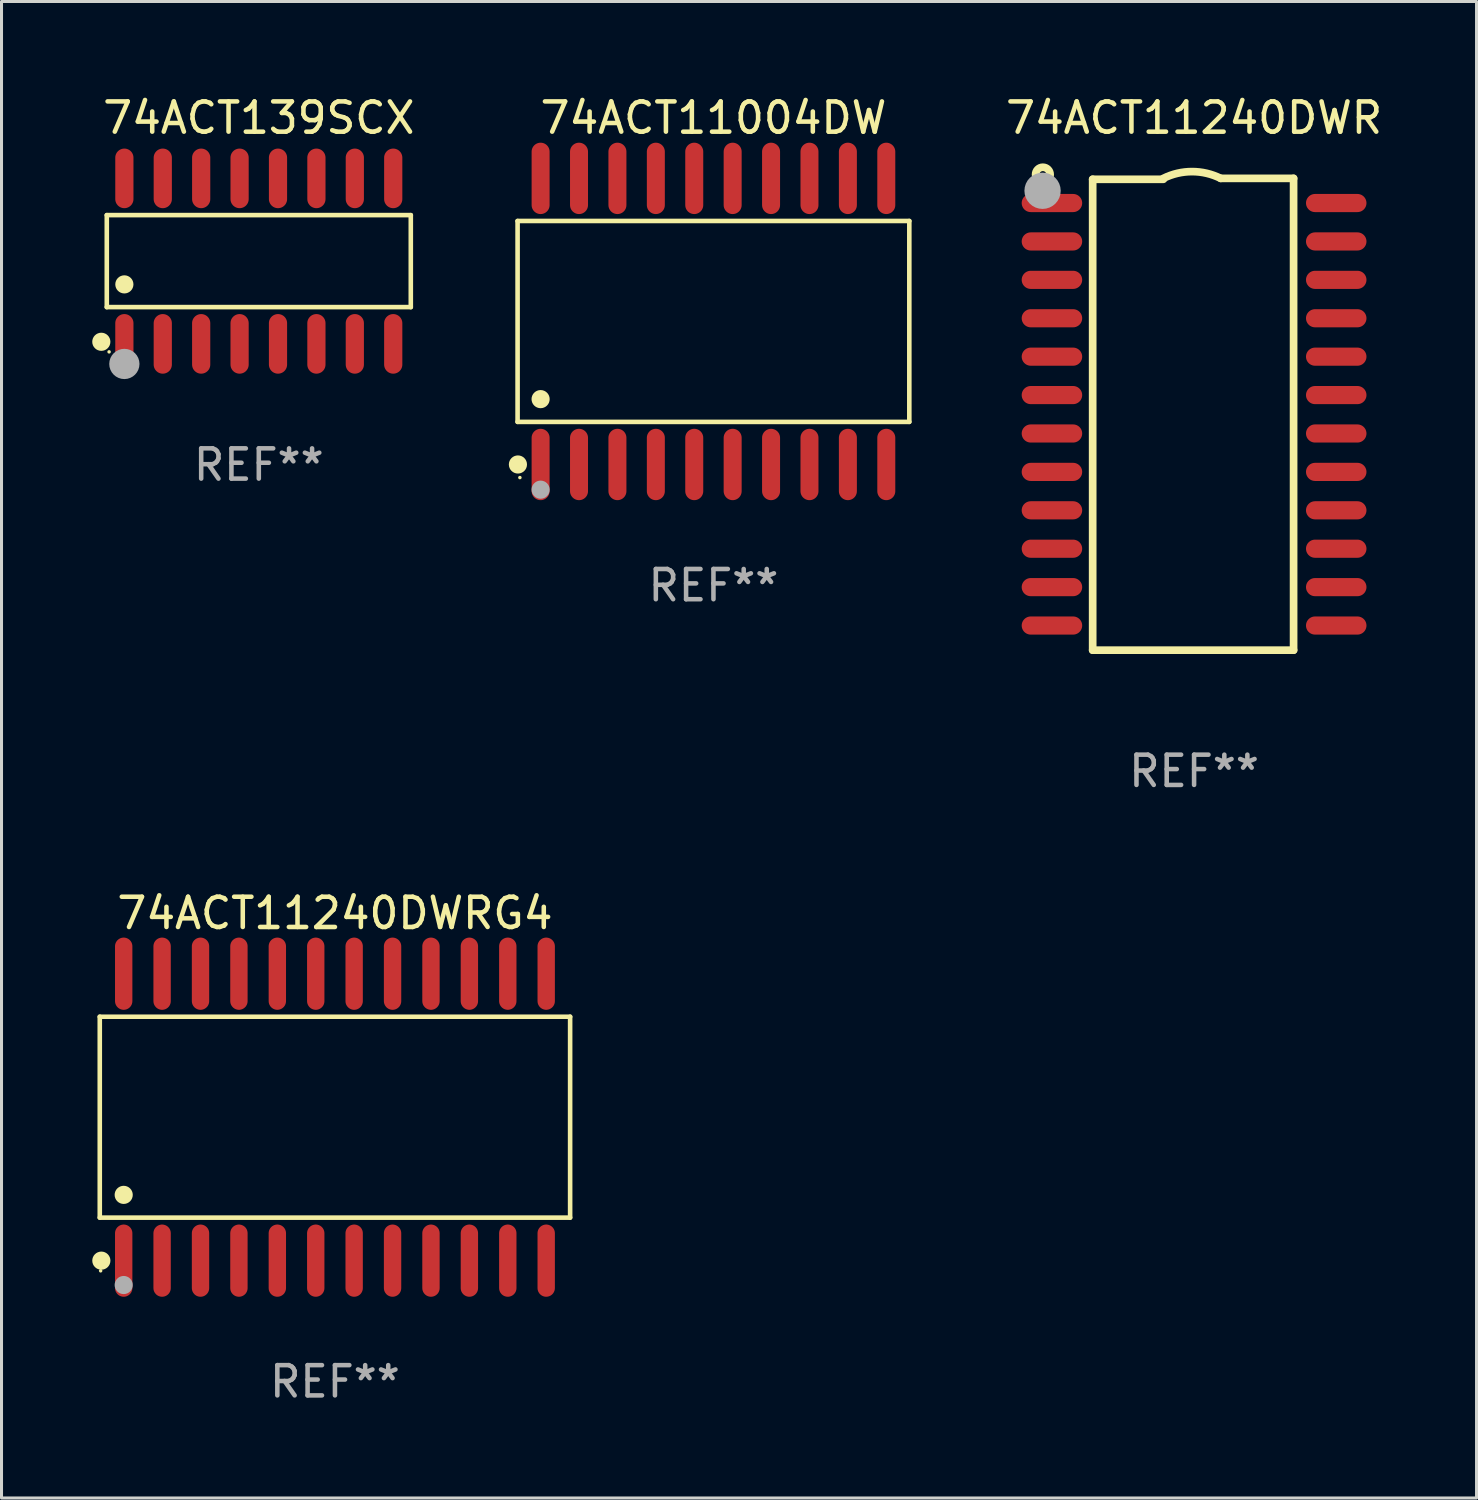
<source format=kicad_pcb>
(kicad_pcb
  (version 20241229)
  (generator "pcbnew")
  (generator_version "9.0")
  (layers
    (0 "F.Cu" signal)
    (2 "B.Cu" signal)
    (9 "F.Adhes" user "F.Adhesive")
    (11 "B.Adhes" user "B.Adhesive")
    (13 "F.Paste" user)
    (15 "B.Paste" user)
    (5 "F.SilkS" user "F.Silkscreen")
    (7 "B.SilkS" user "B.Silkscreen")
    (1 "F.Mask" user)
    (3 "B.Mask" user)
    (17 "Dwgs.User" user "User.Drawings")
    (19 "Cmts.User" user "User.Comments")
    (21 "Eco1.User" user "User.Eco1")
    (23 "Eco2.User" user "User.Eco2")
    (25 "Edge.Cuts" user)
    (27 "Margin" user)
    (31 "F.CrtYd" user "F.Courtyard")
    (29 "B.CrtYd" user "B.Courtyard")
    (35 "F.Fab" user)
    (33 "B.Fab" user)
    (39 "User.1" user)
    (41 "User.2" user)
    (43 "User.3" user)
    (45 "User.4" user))
  (footprint "74ACT11240DWR"
    (layer "F.Cu")
    (at 36.432 10.648)
    (property "Reference" "74ACT11240DWR" (at 0 -9.8 0) (layer "F.SilkS") (effects (font (size 1 1) (thickness 0.15))))
    (attr through_hole)
    (fp_line (start -3.353 -7.77) (end -1.016 -7.77) (stroke (width 0.254) (type solid)) (layer "F.SilkS"))
    (fp_line (start -3.353 7.8) (end -3.353 -7.77) (stroke (width 0.254) (type solid)) (layer "F.SilkS"))
    (fp_line (start 0.881 -7.8) (end 3.29 -7.8) (stroke (width 0.254) (type solid)) (layer "F.SilkS"))
    (fp_line (start 3.29 -7.8) (end 3.29 7.8) (stroke (width 0.254) (type solid)) (layer "F.SilkS"))
    (fp_line (start 3.29 7.8) (end -3.353 7.8) (stroke (width 0.254) (type solid)) (layer "F.SilkS"))
    (fp_arc (start -1.015951 -7.800025) (mid -0.067691 -8.023879) (end 0.880569 -7.800025) (stroke (width 0.254001) (type solid)) (layer "F.SilkS"))
    (fp_circle (center -5 -7.927) (end -4.886 -7.927) (stroke (width 0.254) (type solid)) (fill no) (layer "F.SilkS"))
    (fp_circle (center -5.01 -7.39) (end -4.71 -7.39) (stroke (width 0.6) (type solid)) (fill no) (layer "F.Fab"))
    (fp_text user "REF**" (at 0 11.8 0) (layer "F.Fab") (effects (font (size 1 1) (thickness 0.15))))
    (pad "1" smd oval (at -4.7 -6.985 270) (size 0.6 2) (layers "F.Cu" "F.Mask" "F.Paste"))
    (pad "2" smd oval (at -4.7 -5.715 270) (size 0.6 2) (layers "F.Cu" "F.Mask" "F.Paste"))
    (pad "3" smd oval (at -4.7 -4.445 270) (size 0.6 2) (layers "F.Cu" "F.Mask" "F.Paste"))
    (pad "4" smd oval (at -4.7 -3.175 270) (size 0.6 2) (layers "F.Cu" "F.Mask" "F.Paste"))
    (pad "5" smd oval (at -4.7 -1.905 270) (size 0.6 2) (layers "F.Cu" "F.Mask" "F.Paste"))
    (pad "6" smd oval (at -4.7 -0.635 270) (size 0.6 2) (layers "F.Cu" "F.Mask" "F.Paste"))
    (pad "7" smd oval (at -4.7 0.635 270) (size 0.6 2) (layers "F.Cu" "F.Mask" "F.Paste"))
    (pad "8" smd oval (at -4.7 1.905 270) (size 0.6 2) (layers "F.Cu" "F.Mask" "F.Paste"))
    (pad "9" smd oval (at -4.7 3.175 270) (size 0.6 2) (layers "F.Cu" "F.Mask" "F.Paste"))
    (pad "10" smd oval (at -4.7 4.445 270) (size 0.6 2) (layers "F.Cu" "F.Mask" "F.Paste"))
    (pad "11" smd oval (at -4.7 5.715 270) (size 0.6 2) (layers "F.Cu" "F.Mask" "F.Paste"))
    (pad "12" smd oval (at -4.7 6.985 270) (size 0.6 2) (layers "F.Cu" "F.Mask" "F.Paste"))
    (pad "13" smd oval (at 4.7 6.985 270) (size 0.6 2) (layers "F.Cu" "F.Mask" "F.Paste"))
    (pad "14" smd oval (at 4.7 5.715 270) (size 0.6 2) (layers "F.Cu" "F.Mask" "F.Paste"))
    (pad "15" smd oval (at 4.7 4.445 270) (size 0.6 2) (layers "F.Cu" "F.Mask" "F.Paste"))
    (pad "16" smd oval (at 4.7 3.175 270) (size 0.6 2) (layers "F.Cu" "F.Mask" "F.Paste"))
    (pad "17" smd oval (at 4.7 1.905 270) (size 0.6 2) (layers "F.Cu" "F.Mask" "F.Paste"))
    (pad "18" smd oval (at 4.7 0.635 270) (size 0.6 2) (layers "F.Cu" "F.Mask" "F.Paste"))
    (pad "19" smd oval (at 4.7 -0.635 270) (size 0.6 2) (layers "F.Cu" "F.Mask" "F.Paste"))
    (pad "20" smd oval (at 4.7 -1.905 270) (size 0.6 2) (layers "F.Cu" "F.Mask" "F.Paste"))
    (pad "21" smd oval (at 4.7 -3.175 270) (size 0.6 2) (layers "F.Cu" "F.Mask" "F.Paste"))
    (pad "22" smd oval (at 4.7 -4.445 270) (size 0.6 2) (layers "F.Cu" "F.Mask" "F.Paste"))
    (pad "23" smd oval (at 4.7 -5.715 270) (size 0.6 2) (layers "F.Cu" "F.Mask" "F.Paste"))
    (pad "24" smd oval (at 4.7 -6.985 270) (size 0.6 2) (layers "F.Cu" "F.Mask" "F.Paste")))
  (footprint "74ACT11004DW"
    (layer "F.Cu")
    (at 20.54 7.578)
    (property "Reference" "74ACT11004DW" (at 0 -6.73 0) (layer "F.SilkS") (effects (font (size 1 1) (thickness 0.15))))
    (attr through_hole)
    (fp_line (start -6.476 -3.321) (end 6.476 -3.321) (stroke (width 0.152) (type solid)) (layer "F.SilkS"))
    (fp_line (start -6.476 3.321) (end -6.476 -3.321) (stroke (width 0.152) (type solid)) (layer "F.SilkS"))
    (fp_line (start 6.476 -3.321) (end 6.476 3.321) (stroke (width 0.152) (type solid)) (layer "F.SilkS"))
    (fp_line (start 6.476 3.321) (end -6.476 3.321) (stroke (width 0.152) (type solid)) (layer "F.SilkS"))
    (fp_circle (center -6.465 4.73) (end -6.315 4.73) (stroke (width 0.3) (type solid)) (fill no) (layer "F.SilkS"))
    (fp_circle (center -6.4 5.163) (end -6.37 5.163) (stroke (width 0.06) (type solid)) (fill no) (layer "F.SilkS"))
    (fp_circle (center -5.715 2.569) (end -5.565 2.569) (stroke (width 0.3) (type solid)) (fill no) (layer "F.SilkS"))
    (fp_circle (center -5.715 5.563) (end -5.565 5.563) (stroke (width 0.3) (type solid)) (fill no) (layer "F.Fab"))
    (fp_text user "REF**" (at 0 8.73 0) (layer "F.Fab") (effects (font (size 1 1) (thickness 0.15))))
    (pad "1" smd oval (at -5.715 4.73) (size 0.595 2.36) (layers "F.Cu" "F.Mask" "F.Paste"))
    (pad "2" smd oval (at -4.445 4.73) (size 0.595 2.36) (layers "F.Cu" "F.Mask" "F.Paste"))
    (pad "3" smd oval (at -3.175 4.73) (size 0.595 2.36) (layers "F.Cu" "F.Mask" "F.Paste"))
    (pad "4" smd oval (at -1.905 4.73) (size 0.595 2.36) (layers "F.Cu" "F.Mask" "F.Paste"))
    (pad "5" smd oval (at -0.635 4.73) (size 0.595 2.36) (layers "F.Cu" "F.Mask" "F.Paste"))
    (pad "6" smd oval (at 0.635 4.73) (size 0.595 2.36) (layers "F.Cu" "F.Mask" "F.Paste"))
    (pad "7" smd oval (at 1.905 4.73) (size 0.595 2.36) (layers "F.Cu" "F.Mask" "F.Paste"))
    (pad "8" smd oval (at 3.175 4.73) (size 0.595 2.36) (layers "F.Cu" "F.Mask" "F.Paste"))
    (pad "9" smd oval (at 4.445 4.73) (size 0.595 2.36) (layers "F.Cu" "F.Mask" "F.Paste"))
    (pad "10" smd oval (at 5.715 4.73) (size 0.595 2.36) (layers "F.Cu" "F.Mask" "F.Paste"))
    (pad "11" smd oval (at 5.715 -4.73) (size 0.595 2.36) (layers "F.Cu" "F.Mask" "F.Paste"))
    (pad "12" smd oval (at 4.445 -4.73) (size 0.595 2.36) (layers "F.Cu" "F.Mask" "F.Paste"))
    (pad "13" smd oval (at 3.175 -4.73) (size 0.595 2.36) (layers "F.Cu" "F.Mask" "F.Paste"))
    (pad "14" smd oval (at 1.905 -4.73) (size 0.595 2.36) (layers "F.Cu" "F.Mask" "F.Paste"))
    (pad "15" smd oval (at 0.635 -4.73) (size 0.595 2.36) (layers "F.Cu" "F.Mask" "F.Paste"))
    (pad "16" smd oval (at -0.635 -4.73) (size 0.595 2.36) (layers "F.Cu" "F.Mask" "F.Paste"))
    (pad "17" smd oval (at -1.905 -4.73) (size 0.595 2.36) (layers "F.Cu" "F.Mask" "F.Paste"))
    (pad "18" smd oval (at -3.175 -4.73) (size 0.595 2.36) (layers "F.Cu" "F.Mask" "F.Paste"))
    (pad "19" smd oval (at -4.445 -4.73) (size 0.595 2.36) (layers "F.Cu" "F.Mask" "F.Paste"))
    (pad "20" smd oval (at -5.715 -4.73) (size 0.595 2.36) (layers "F.Cu" "F.Mask" "F.Paste")))
  (footprint "74ACT139SCX"
    (layer "F.Cu")
    (at 5.507 5.584)
    (property "Reference" "74ACT139SCX" (at 0 -4.736 0) (layer "F.SilkS") (effects (font (size 1 1) (thickness 0.15))))
    (attr through_hole)
    (fp_line (start -5.026 -1.521) (end 5.026 -1.521) (stroke (width 0.152) (type solid)) (layer "F.SilkS"))
    (fp_line (start -5.026 1.521) (end -5.026 -1.521) (stroke (width 0.152) (type solid)) (layer "F.SilkS"))
    (fp_line (start 5.026 -1.521) (end 5.026 1.521) (stroke (width 0.152) (type solid)) (layer "F.SilkS"))
    (fp_line (start 5.026 1.521) (end -5.026 1.521) (stroke (width 0.152) (type solid)) (layer "F.SilkS"))
    (fp_circle (center -5.207 2.667) (end -5.057 2.667) (stroke (width 0.3) (type solid)) (fill no) (layer "F.SilkS"))
    (fp_circle (center -4.95 3) (end -4.92 3) (stroke (width 0.06) (type solid)) (fill no) (layer "F.SilkS"))
    (fp_circle (center -4.445 0.769) (end -4.295 0.769) (stroke (width 0.3) (type solid)) (fill no) (layer "F.SilkS"))
    (fp_circle (center -4.445 3.4) (end -4.195 3.4) (stroke (width 0.5) (type solid)) (fill no) (layer "F.Fab"))
    (fp_text user "REF**" (at 0 6.736 0) (layer "F.Fab") (effects (font (size 1 1) (thickness 0.15))))
    (pad "1" smd oval (at -4.445 2.736) (size 0.602 1.971) (layers "F.Cu" "F.Mask" "F.Paste"))
    (pad "2" smd oval (at -3.175 2.736) (size 0.602 1.971) (layers "F.Cu" "F.Mask" "F.Paste"))
    (pad "3" smd oval (at -1.905 2.736) (size 0.602 1.971) (layers "F.Cu" "F.Mask" "F.Paste"))
    (pad "4" smd oval (at -0.635 2.736) (size 0.602 1.971) (layers "F.Cu" "F.Mask" "F.Paste"))
    (pad "5" smd oval (at 0.635 2.736) (size 0.602 1.971) (layers "F.Cu" "F.Mask" "F.Paste"))
    (pad "6" smd oval (at 1.905 2.736) (size 0.602 1.971) (layers "F.Cu" "F.Mask" "F.Paste"))
    (pad "7" smd oval (at 3.175 2.736) (size 0.602 1.971) (layers "F.Cu" "F.Mask" "F.Paste"))
    (pad "8" smd oval (at 4.445 2.736) (size 0.602 1.971) (layers "F.Cu" "F.Mask" "F.Paste"))
    (pad "9" smd oval (at 4.445 -2.736) (size 0.602 1.971) (layers "F.Cu" "F.Mask" "F.Paste"))
    (pad "10" smd oval (at 3.175 -2.736) (size 0.602 1.971) (layers "F.Cu" "F.Mask" "F.Paste"))
    (pad "11" smd oval (at 1.905 -2.736) (size 0.602 1.971) (layers "F.Cu" "F.Mask" "F.Paste"))
    (pad "12" smd oval (at 0.635 -2.736) (size 0.602 1.971) (layers "F.Cu" "F.Mask" "F.Paste"))
    (pad "13" smd oval (at -0.635 -2.736) (size 0.602 1.971) (layers "F.Cu" "F.Mask" "F.Paste"))
    (pad "14" smd oval (at -1.905 -2.736) (size 0.602 1.971) (layers "F.Cu" "F.Mask" "F.Paste"))
    (pad "15" smd oval (at -3.175 -2.736) (size 0.602 1.971) (layers "F.Cu" "F.Mask" "F.Paste"))
    (pad "16" smd oval (at -4.445 -2.736) (size 0.602 1.971) (layers "F.Cu" "F.Mask" "F.Paste")))
  (footprint "74ACT11240DWRG4"
    (layer "F.Cu")
    (at 8.025 33.889)
    (property "Reference" "74ACT11240DWRG4" (at 0 -6.744 0) (layer "F.SilkS") (effects (font (size 1 1) (thickness 0.15))))
    (attr through_hole)
    (fp_line (start -7.776 -3.321) (end 7.776 -3.321) (stroke (width 0.152) (type solid)) (layer "F.SilkS"))
    (fp_line (start -7.776 3.321) (end -7.776 -3.321) (stroke (width 0.152) (type solid)) (layer "F.SilkS"))
    (fp_line (start 7.776 -3.321) (end 7.776 3.321) (stroke (width 0.152) (type solid)) (layer "F.SilkS"))
    (fp_line (start 7.776 3.321) (end -7.776 3.321) (stroke (width 0.152) (type solid)) (layer "F.SilkS"))
    (fp_circle (center -7.747 5.08) (end -7.717 5.08) (stroke (width 0.06) (type solid)) (fill no) (layer "F.SilkS"))
    (fp_circle (center -7.724 4.744) (end -7.574 4.744) (stroke (width 0.3) (type solid)) (fill no) (layer "F.SilkS"))
    (fp_circle (center -6.985 2.569) (end -6.835 2.569) (stroke (width 0.3) (type solid)) (fill no) (layer "F.SilkS"))
    (fp_circle (center -6.985 5.55) (end -6.835 5.55) (stroke (width 0.3) (type solid)) (fill no) (layer "F.Fab"))
    (fp_text user "REF**" (at 0 8.744 0) (layer "F.Fab") (effects (font (size 1 1) (thickness 0.15))))
    (pad "1" smd oval (at -6.985 4.744) (size 0.574 2.388) (layers "F.Cu" "F.Mask" "F.Paste"))
    (pad "2" smd oval (at -5.715 4.744) (size 0.574 2.388) (layers "F.Cu" "F.Mask" "F.Paste"))
    (pad "3" smd oval (at -4.445 4.744) (size 0.574 2.388) (layers "F.Cu" "F.Mask" "F.Paste"))
    (pad "4" smd oval (at -3.175 4.744) (size 0.574 2.388) (layers "F.Cu" "F.Mask" "F.Paste"))
    (pad "5" smd oval (at -1.905 4.744) (size 0.574 2.388) (layers "F.Cu" "F.Mask" "F.Paste"))
    (pad "6" smd oval (at -0.635 4.744) (size 0.574 2.388) (layers "F.Cu" "F.Mask" "F.Paste"))
    (pad "7" smd oval (at 0.635 4.744) (size 0.574 2.388) (layers "F.Cu" "F.Mask" "F.Paste"))
    (pad "8" smd oval (at 1.905 4.744) (size 0.574 2.388) (layers "F.Cu" "F.Mask" "F.Paste"))
    (pad "9" smd oval (at 3.175 4.744) (size 0.574 2.388) (layers "F.Cu" "F.Mask" "F.Paste"))
    (pad "10" smd oval (at 4.445 4.744) (size 0.574 2.388) (layers "F.Cu" "F.Mask" "F.Paste"))
    (pad "11" smd oval (at 5.715 4.744) (size 0.574 2.388) (layers "F.Cu" "F.Mask" "F.Paste"))
    (pad "12" smd oval (at 6.985 4.744) (size 0.574 2.388) (layers "F.Cu" "F.Mask" "F.Paste"))
    (pad "13" smd oval (at 6.985 -4.744) (size 0.574 2.388) (layers "F.Cu" "F.Mask" "F.Paste"))
    (pad "14" smd oval (at 5.715 -4.744) (size 0.574 2.388) (layers "F.Cu" "F.Mask" "F.Paste"))
    (pad "15" smd oval (at 4.445 -4.744) (size 0.574 2.388) (layers "F.Cu" "F.Mask" "F.Paste"))
    (pad "16" smd oval (at 3.175 -4.744) (size 0.574 2.388) (layers "F.Cu" "F.Mask" "F.Paste"))
    (pad "17" smd oval (at 1.905 -4.744) (size 0.574 2.388) (layers "F.Cu" "F.Mask" "F.Paste"))
    (pad "18" smd oval (at 0.635 -4.744) (size 0.574 2.388) (layers "F.Cu" "F.Mask" "F.Paste"))
    (pad "19" smd oval (at -0.635 -4.744) (size 0.574 2.388) (layers "F.Cu" "F.Mask" "F.Paste"))
    (pad "20" smd oval (at -1.905 -4.744) (size 0.574 2.388) (layers "F.Cu" "F.Mask" "F.Paste"))
    (pad "21" smd oval (at -3.175 -4.744) (size 0.574 2.388) (layers "F.Cu" "F.Mask" "F.Paste"))
    (pad "22" smd oval (at -4.445 -4.744) (size 0.574 2.388) (layers "F.Cu" "F.Mask" "F.Paste"))
    (pad "23" smd oval (at -5.715 -4.744) (size 0.574 2.388) (layers "F.Cu" "F.Mask" "F.Paste"))
    (pad "24" smd oval (at -6.985 -4.744) (size 0.574 2.388) (layers "F.Cu" "F.Mask" "F.Paste")))
  (gr_rect
    (start -3 -3)
    (end 45.771 46.481)
    (stroke (width 0.1) (type default))
    (fill no)
    (layer "Edge.Cuts")))
</source>
